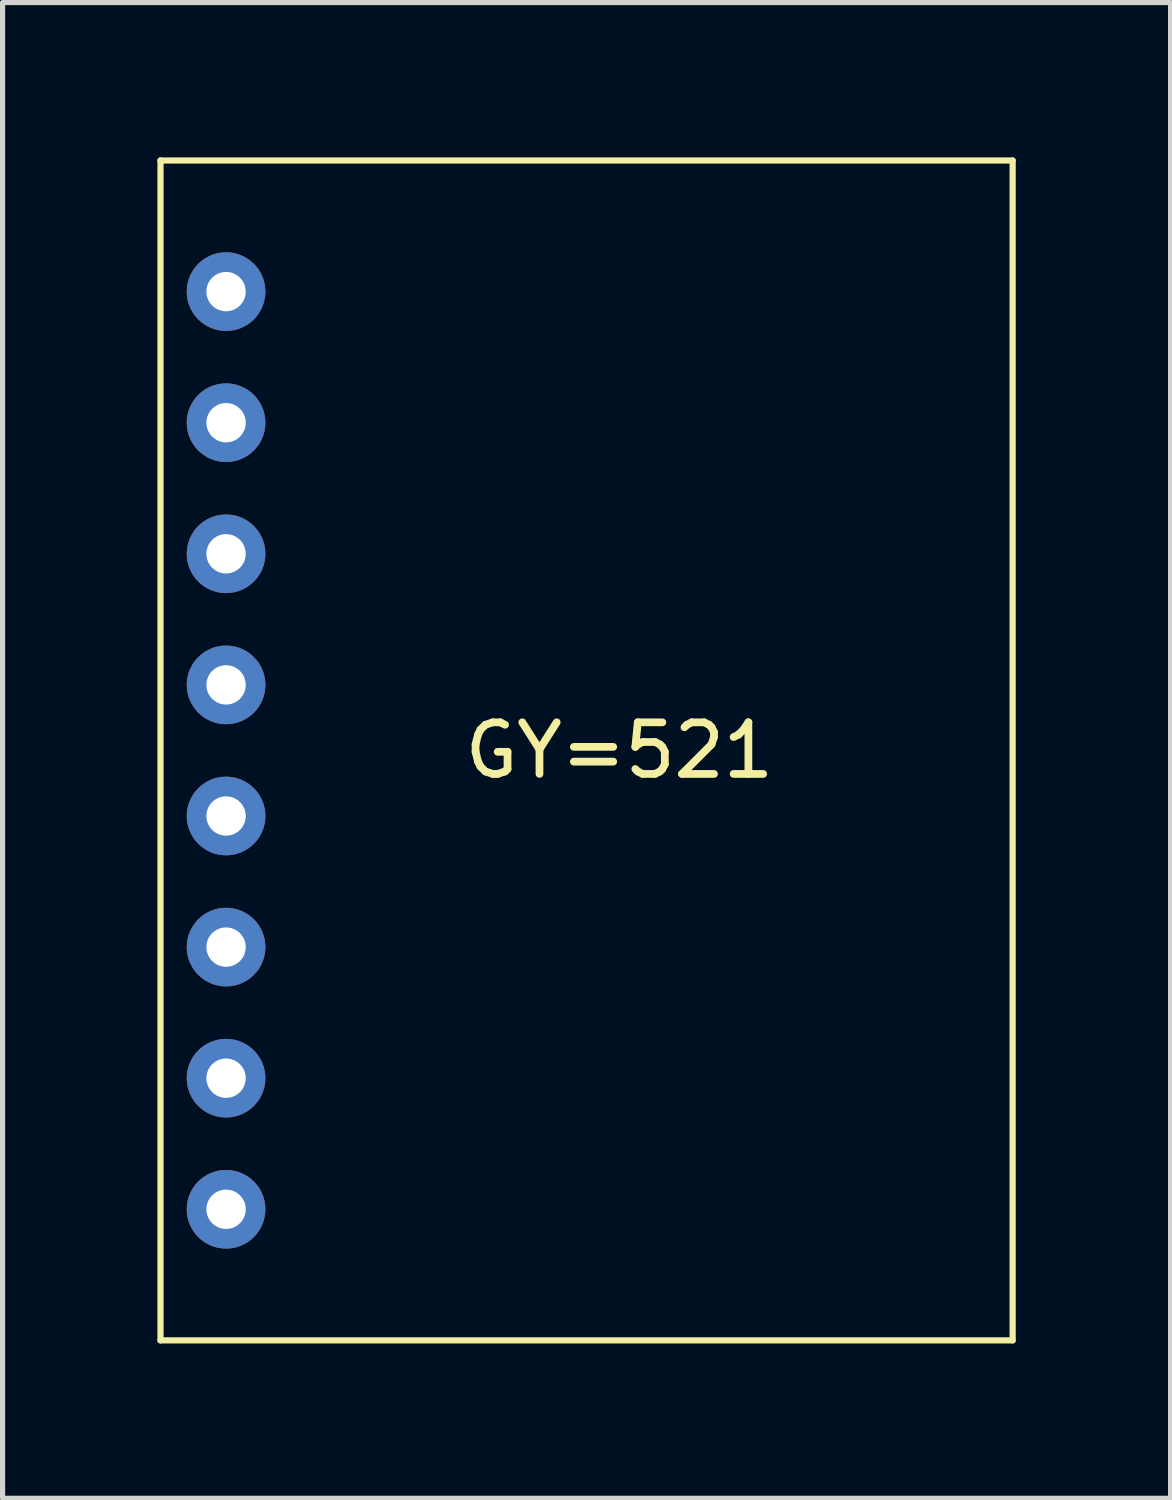
<source format=kicad_pcb>
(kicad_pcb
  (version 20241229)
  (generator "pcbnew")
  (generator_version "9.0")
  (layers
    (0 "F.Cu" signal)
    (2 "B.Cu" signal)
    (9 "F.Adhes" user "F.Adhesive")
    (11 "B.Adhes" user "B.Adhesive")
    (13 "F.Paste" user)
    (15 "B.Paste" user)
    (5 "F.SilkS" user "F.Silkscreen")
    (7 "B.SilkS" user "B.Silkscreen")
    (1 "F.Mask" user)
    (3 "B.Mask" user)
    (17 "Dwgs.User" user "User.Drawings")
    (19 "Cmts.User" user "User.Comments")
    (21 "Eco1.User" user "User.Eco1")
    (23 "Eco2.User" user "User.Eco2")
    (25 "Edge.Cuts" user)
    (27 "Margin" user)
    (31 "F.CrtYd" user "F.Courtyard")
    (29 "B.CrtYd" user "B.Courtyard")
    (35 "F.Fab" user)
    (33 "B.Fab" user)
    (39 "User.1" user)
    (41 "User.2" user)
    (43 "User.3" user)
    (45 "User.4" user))
  (footprint "GY=521"
    (layer "F.Cu")
    (at 8.95 11.49)
    (property "Reference" "GY=521" (at 0 0 0) (layer "F.SilkS") (effects (font (size 1 1) (thickness 0.15))))
    (attr through_hole)
    (fp_line (start -8.89 -11.43) (end -8.89 11.43) (stroke (width 0.12) (type solid)) (layer "F.SilkS"))
    (fp_line (start -8.89 11.43) (end 7.62 11.43) (stroke (width 0.12) (type solid)) (layer "F.SilkS"))
    (fp_line (start 7.62 -11.43) (end -8.89 -11.43) (stroke (width 0.12) (type solid)) (layer "F.SilkS"))
    (fp_line (start 7.62 11.43) (end 7.62 -11.43) (stroke (width 0.12) (type solid)) (layer "F.SilkS"))
    (pad "1" thru_hole circle (at -7.62 -8.89) (size 1.524 1.524) (drill 0.762) (layers "*.Cu" "*.Mask"))
    (pad "2" thru_hole circle (at -7.62 -6.35) (size 1.524 1.524) (drill 0.762) (layers "*.Cu" "*.Mask"))
    (pad "3" thru_hole circle (at -7.62 -3.81) (size 1.524 1.524) (drill 0.762) (layers "*.Cu" "*.Mask"))
    (pad "4" thru_hole circle (at -7.62 -1.27) (size 1.524 1.524) (drill 0.762) (layers "*.Cu" "*.Mask"))
    (pad "5" thru_hole circle (at -7.62 1.27) (size 1.524 1.524) (drill 0.762) (layers "*.Cu" "*.Mask"))
    (pad "6" thru_hole circle (at -7.62 3.81) (size 1.524 1.524) (drill 0.762) (layers "*.Cu" "*.Mask"))
    (pad "7" thru_hole circle (at -7.62 6.35) (size 1.524 1.524) (drill 0.762) (layers "*.Cu" "*.Mask"))
    (pad "8" thru_hole circle (at -7.62 8.89) (size 1.524 1.524) (drill 0.762) (layers "*.Cu" "*.Mask")))
  (gr_rect
    (start -3 -3)
    (end 19.63 25.98)
    (stroke (width 0.1) (type default))
    (fill no)
    (layer "Edge.Cuts")))
</source>
